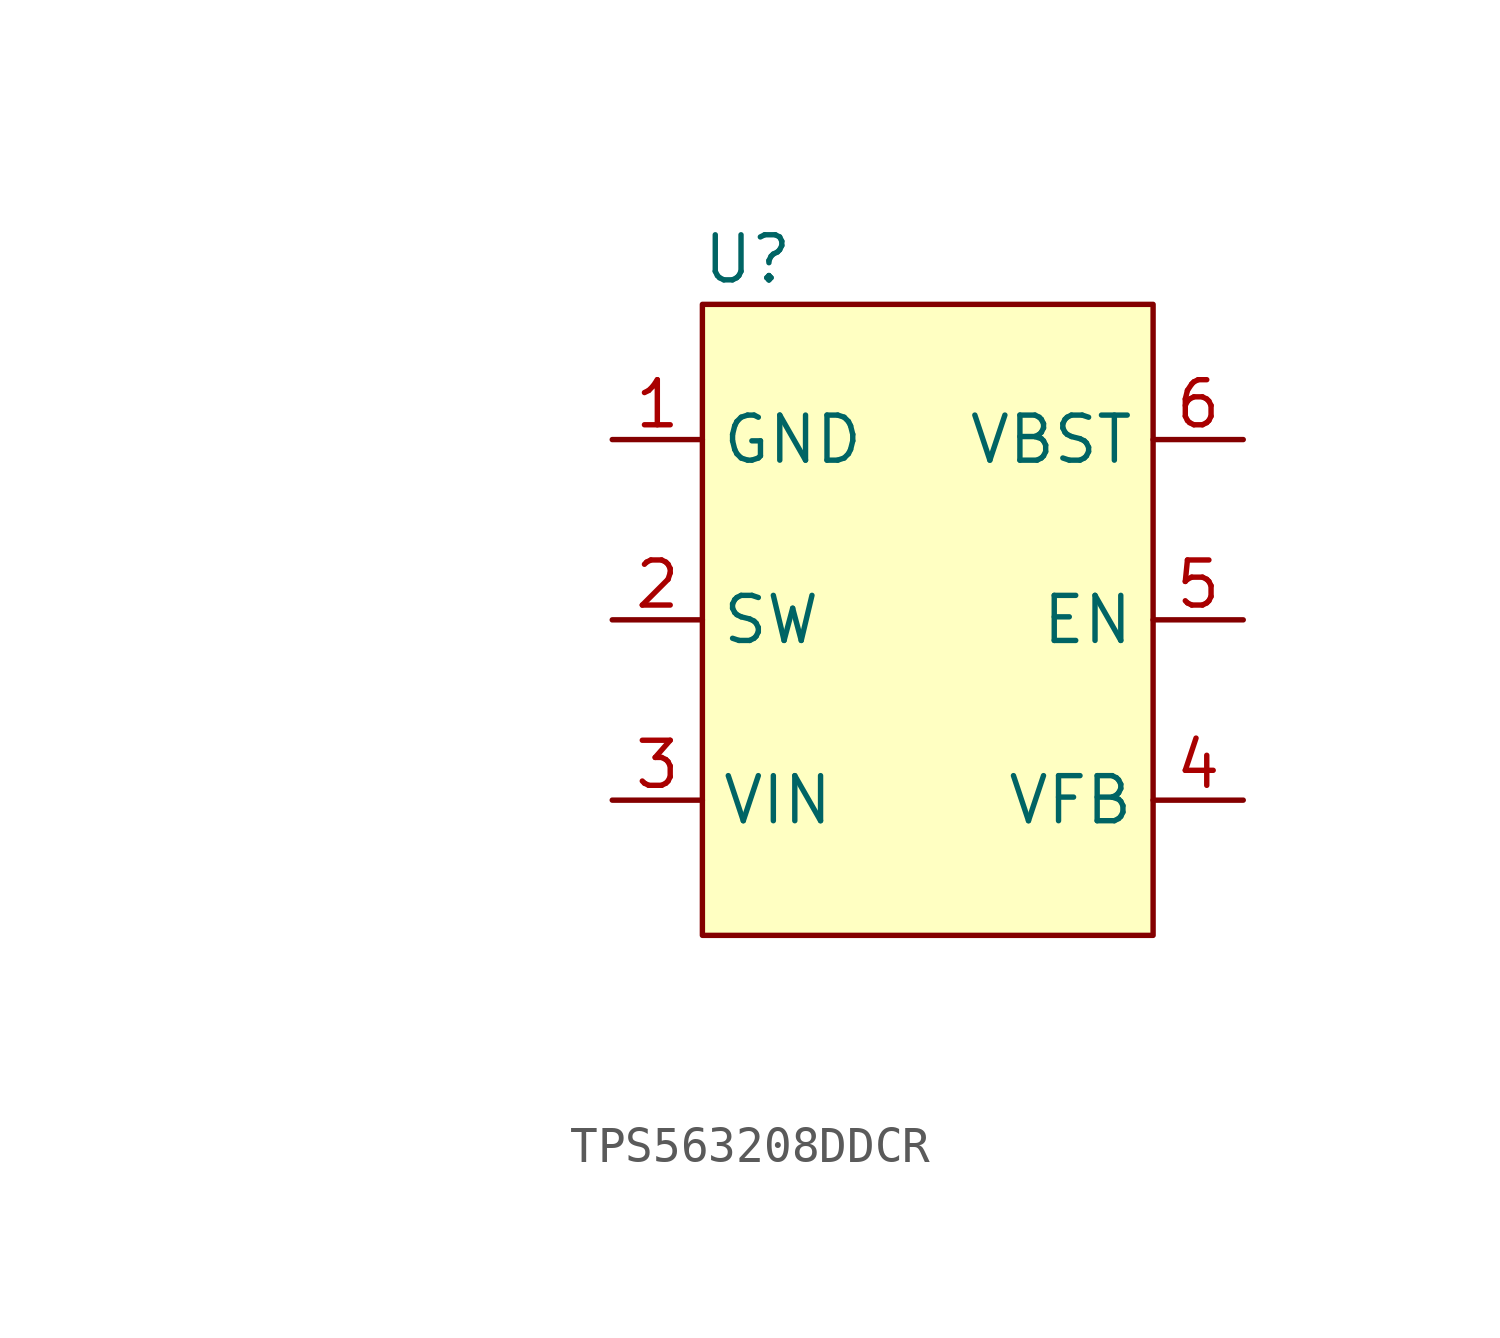
<source format=kicad_sym>
(kicad_symbol_lib
  (version 20220914)
  (generator kicad_symbol_editor)
  (symbol "TPS563208DDCR"
    (property "Reference" "U"
      (at -5.08 10.16 0)
      (effects (font (size 1.27 1.27))))
    (property "Value" ""
      (at -19.05 -11.43 0)
      (effects (font (size 1.27 1.27))))
    (symbol "TPS563208DDCR_0_1"
      (rectangle (start -6.35 8.89) (end 6.35 -8.89) (stroke (width 0) (type default)) (fill (type background))))
    (symbol "TPS563208DDCR_1_1"
      (pin input line (at -8.89 5.08 0) (length 2.54) (name "GND" (effects (font (size 1.27 1.27)))) (number "1" (effects (font (size 1.27 1.27)))))
      (pin input line (at -8.89 0 0) (length 2.54) (name "SW" (effects (font (size 1.27 1.27)))) (number "2" (effects (font (size 1.27 1.27)))))
      (pin input line (at -8.89 -5.08 0) (length 2.54) (name "VIN" (effects (font (size 1.27 1.27)))) (number "3" (effects (font (size 1.27 1.27)))))
      (pin input line (at 8.89 -5.08 180) (length 2.54) (name "VFB" (effects (font (size 1.27 1.27)))) (number "4" (effects (font (size 1.27 1.27)))))
      (pin input line (at 8.89 0 180) (length 2.54) (name "EN" (effects (font (size 1.27 1.27)))) (number "5" (effects (font (size 1.27 1.27)))))
      (pin input line (at 8.89 5.08 180) (length 2.54) (name "VBST" (effects (font (size 1.27 1.27)))) (number "6" (effects (font (size 1.27 1.27))))))))
</source>
